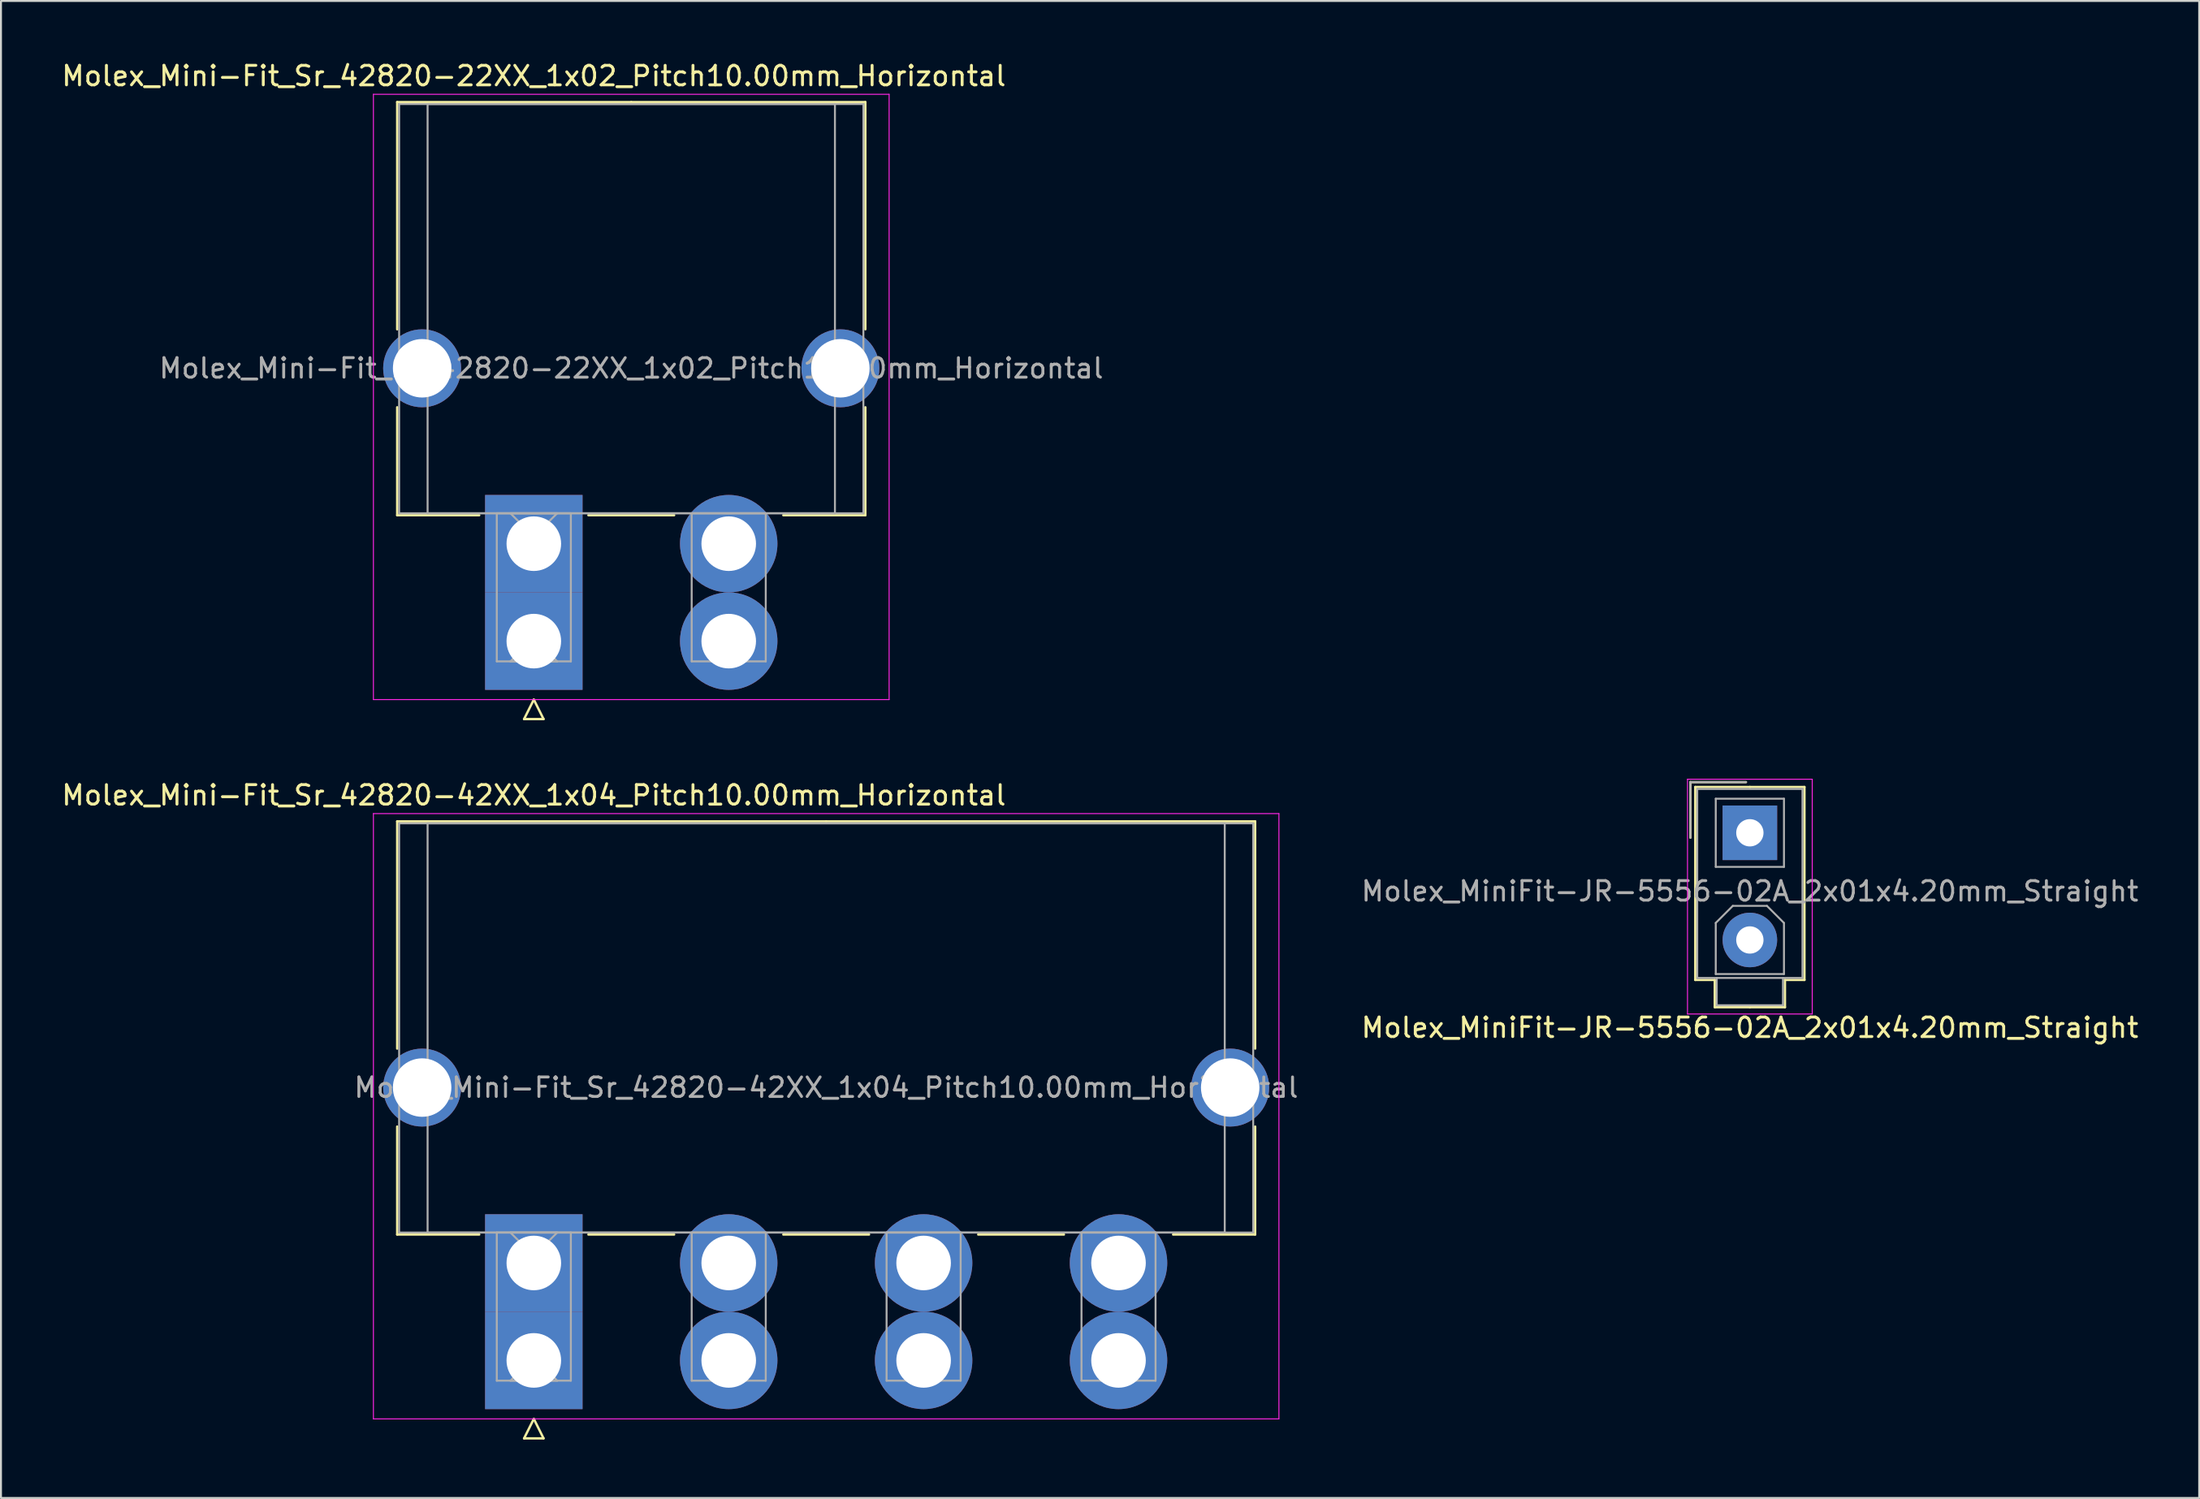
<source format=kicad_pcb>
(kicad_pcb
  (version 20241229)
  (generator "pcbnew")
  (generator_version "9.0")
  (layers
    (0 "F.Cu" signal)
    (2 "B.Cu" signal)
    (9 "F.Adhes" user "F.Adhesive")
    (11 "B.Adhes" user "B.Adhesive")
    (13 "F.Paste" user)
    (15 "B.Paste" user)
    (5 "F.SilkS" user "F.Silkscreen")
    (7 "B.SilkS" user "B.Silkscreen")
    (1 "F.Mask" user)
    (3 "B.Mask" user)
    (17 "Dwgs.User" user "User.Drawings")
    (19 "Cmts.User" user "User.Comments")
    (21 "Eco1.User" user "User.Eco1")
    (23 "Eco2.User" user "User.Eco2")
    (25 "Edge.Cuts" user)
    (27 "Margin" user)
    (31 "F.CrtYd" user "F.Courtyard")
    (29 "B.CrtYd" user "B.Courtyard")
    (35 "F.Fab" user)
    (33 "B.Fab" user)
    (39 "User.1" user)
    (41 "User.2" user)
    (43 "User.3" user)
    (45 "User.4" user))
  (footprint "Molex_MiniFit-JR-5556-02A_2x01x4.20mm_Straight"
    (layer "F.Cu")
    (at 86.732 39.683)
    (property "Reference" "Molex_MiniFit-JR-5556-02A_2x01x4.20mm_Straight" (at 0 10 0) (layer "F.SilkS") (effects (font (size 1 1) (thickness 0.15))))
    (attr through_hole)
    (fp_line (start -3.05 -2.6) (end -3.05 0.25) (stroke (width 0.12) (type solid)) (layer "F.SilkS"))
    (fp_line (start -2.8 -2.35) (end -2.8 7.55) (stroke (width 0.12) (type solid)) (layer "F.SilkS"))
    (fp_line (start -2.8 7.55) (end -1.8 7.55) (stroke (width 0.12) (type solid)) (layer "F.SilkS"))
    (fp_line (start -1.8 7.55) (end -1.8 8.95) (stroke (width 0.12) (type solid)) (layer "F.SilkS"))
    (fp_line (start -1.8 8.95) (end 0 8.95) (stroke (width 0.12) (type solid)) (layer "F.SilkS"))
    (fp_line (start -0.2 -2.6) (end -3.05 -2.6) (stroke (width 0.12) (type solid)) (layer "F.SilkS"))
    (fp_line (start 0 -2.35) (end -2.8 -2.35) (stroke (width 0.12) (type solid)) (layer "F.SilkS"))
    (fp_line (start 0 -2.35) (end 2.8 -2.35) (stroke (width 0.12) (type solid)) (layer "F.SilkS"))
    (fp_line (start 1.8 7.55) (end 1.8 8.95) (stroke (width 0.12) (type solid)) (layer "F.SilkS"))
    (fp_line (start 1.8 8.95) (end 0 8.95) (stroke (width 0.12) (type solid)) (layer "F.SilkS"))
    (fp_line (start 2.8 -2.35) (end 2.8 7.55) (stroke (width 0.12) (type solid)) (layer "F.SilkS"))
    (fp_line (start 2.8 7.55) (end 1.8 7.55) (stroke (width 0.12) (type solid)) (layer "F.SilkS"))
    (fp_line (start -3.2 -2.75) (end -3.2 9.3) (stroke (width 0.05) (type solid)) (layer "F.CrtYd"))
    (fp_line (start -3.2 9.3) (end 3.2 9.3) (stroke (width 0.05) (type solid)) (layer "F.CrtYd"))
    (fp_line (start 3.2 -2.75) (end -3.2 -2.75) (stroke (width 0.05) (type solid)) (layer "F.CrtYd"))
    (fp_line (start 3.2 9.3) (end 3.2 -2.75) (stroke (width 0.05) (type solid)) (layer "F.CrtYd"))
    (fp_line (start -3.05 -2.6) (end -3.05 0.25) (stroke (width 0.1) (type solid)) (layer "F.Fab"))
    (fp_line (start -2.7 -2.25) (end -2.7 7.45) (stroke (width 0.1) (type solid)) (layer "F.Fab"))
    (fp_line (start -2.7 7.45) (end 2.7 7.45) (stroke (width 0.1) (type solid)) (layer "F.Fab"))
    (fp_line (start -1.75 -1.75) (end -1.75 1.75) (stroke (width 0.1) (type solid)) (layer "F.Fab"))
    (fp_line (start -1.75 1.75) (end 1.75 1.75) (stroke (width 0.1) (type solid)) (layer "F.Fab"))
    (fp_line (start -1.75 4.625) (end -0.875 3.75) (stroke (width 0.1) (type solid)) (layer "F.Fab"))
    (fp_line (start -1.75 7.25) (end -1.75 4.625) (stroke (width 0.1) (type solid)) (layer "F.Fab"))
    (fp_line (start -1.7 7.45) (end -1.7 8.85) (stroke (width 0.1) (type solid)) (layer "F.Fab"))
    (fp_line (start -1.7 8.85) (end 1.7 8.85) (stroke (width 0.1) (type solid)) (layer "F.Fab"))
    (fp_line (start -0.875 3.75) (end 0.875 3.75) (stroke (width 0.1) (type solid)) (layer "F.Fab"))
    (fp_line (start -0.2 -2.6) (end -3.05 -2.6) (stroke (width 0.1) (type solid)) (layer "F.Fab"))
    (fp_line (start 0.875 3.75) (end 1.75 4.625) (stroke (width 0.1) (type solid)) (layer "F.Fab"))
    (fp_line (start 1.7 8.85) (end 1.7 7.45) (stroke (width 0.1) (type solid)) (layer "F.Fab"))
    (fp_line (start 1.75 -1.75) (end -1.75 -1.75) (stroke (width 0.1) (type solid)) (layer "F.Fab"))
    (fp_line (start 1.75 1.75) (end 1.75 -1.75) (stroke (width 0.1) (type solid)) (layer "F.Fab"))
    (fp_line (start 1.75 4.625) (end 1.75 7.25) (stroke (width 0.1) (type solid)) (layer "F.Fab"))
    (fp_line (start 1.75 7.25) (end -1.75 7.25) (stroke (width 0.1) (type solid)) (layer "F.Fab"))
    (fp_line (start 2.7 -2.25) (end -2.7 -2.25) (stroke (width 0.1) (type solid)) (layer "F.Fab"))
    (fp_line (start 2.7 7.45) (end 2.7 -2.25) (stroke (width 0.1) (type solid)) (layer "F.Fab"))
    (fp_text user "${REFERENCE}" (at 0 3 0) (layer "F.Fab") (effects (font (size 1 1) (thickness 0.15))))
    (pad "1" thru_hole rect (at 0 0) (size 2.8 2.8) (drill 1.4) (layers "*.Cu" "*.Mask"))
    (pad "2" thru_hole circle (at 0 5.5) (size 2.8 2.8) (drill 1.4) (layers "*.Cu" "*.Mask")))
  (footprint "Molex_Mini-Fit_Sr_42820-42XX_1x04_Pitch10.00mm_Horizontal"
    (layer "F.Cu")
    (at 24.339 61.757)
    (property "Reference" "Molex_Mini-Fit_Sr_42820-42XX_1x04_Pitch10.00mm_Horizontal" (at 0 -24 0) (layer "F.SilkS") (effects (font (size 1 1) (thickness 0.15))))
    (attr through_hole)
    (fp_line (start -7.01 -22.66) (end -7.01 -11) (stroke (width 0.12) (type solid)) (layer "F.SilkS"))
    (fp_line (start -7.01 -7) (end -7.01 -1.46) (stroke (width 0.12) (type solid)) (layer "F.SilkS"))
    (fp_line (start -7.01 -1.46) (end -2.8 -1.46) (stroke (width 0.12) (type solid)) (layer "F.SilkS"))
    (fp_line (start -0.5 9) (end 0 8) (stroke (width 0.12) (type solid)) (layer "F.SilkS"))
    (fp_line (start 0 8) (end 0.5 9) (stroke (width 0.12) (type solid)) (layer "F.SilkS"))
    (fp_line (start 0.5 9) (end -0.5 9) (stroke (width 0.12) (type solid)) (layer "F.SilkS"))
    (fp_line (start 2.8 -1.46) (end 7.2 -1.46) (stroke (width 0.12) (type solid)) (layer "F.SilkS"))
    (fp_line (start 12.8 -1.46) (end 17.2 -1.46) (stroke (width 0.12) (type solid)) (layer "F.SilkS"))
    (fp_line (start 15 -22.66) (end -7.01 -22.66) (stroke (width 0.12) (type solid)) (layer "F.SilkS"))
    (fp_line (start 15 -22.66) (end 37.01 -22.66) (stroke (width 0.12) (type solid)) (layer "F.SilkS"))
    (fp_line (start 22.8 -1.46) (end 27.2 -1.46) (stroke (width 0.12) (type solid)) (layer "F.SilkS"))
    (fp_line (start 37.01 -22.66) (end 37.01 -11) (stroke (width 0.12) (type solid)) (layer "F.SilkS"))
    (fp_line (start 37.01 -7) (end 37.01 -1.46) (stroke (width 0.12) (type solid)) (layer "F.SilkS"))
    (fp_line (start 37.01 -1.46) (end 32.8 -1.46) (stroke (width 0.12) (type solid)) (layer "F.SilkS"))
    (fp_line (start -8.23 -23.06) (end -8.23 8) (stroke (width 0.05) (type solid)) (layer "F.CrtYd"))
    (fp_line (start -8.23 8) (end 38.23 8) (stroke (width 0.05) (type solid)) (layer "F.CrtYd"))
    (fp_line (start 38.23 -23.06) (end -8.23 -23.06) (stroke (width 0.05) (type solid)) (layer "F.CrtYd"))
    (fp_line (start 38.23 8) (end 38.23 -23.06) (stroke (width 0.05) (type solid)) (layer "F.CrtYd"))
    (fp_line (start -6.91 -22.56) (end -6.91 -1.56) (stroke (width 0.1) (type solid)) (layer "F.Fab"))
    (fp_line (start -6.91 -1.56) (end 36.91 -1.56) (stroke (width 0.1) (type solid)) (layer "F.Fab"))
    (fp_line (start -5.45 -22.56) (end -5.45 -1.56) (stroke (width 0.1) (type solid)) (layer "F.Fab"))
    (fp_line (start -5.45 -1.56) (end 35.45 -1.56) (stroke (width 0.1) (type solid)) (layer "F.Fab"))
    (fp_line (start -1.9 -1.56) (end -1.9 6.04) (stroke (width 0.1) (type solid)) (layer "F.Fab"))
    (fp_line (start -1.9 6.04) (end 1.9 6.04) (stroke (width 0.1) (type solid)) (layer "F.Fab"))
    (fp_line (start -1.2 -1.56) (end 0 -0.36) (stroke (width 0.1) (type solid)) (layer "F.Fab"))
    (fp_line (start -1.2 6.04) (end 0 4.84) (stroke (width 0.1) (type solid)) (layer "F.Fab"))
    (fp_line (start 0 -0.36) (end 1.2 -1.56) (stroke (width 0.1) (type solid)) (layer "F.Fab"))
    (fp_line (start 0 4.84) (end 1.2 6.04) (stroke (width 0.1) (type solid)) (layer "F.Fab"))
    (fp_line (start 1.2 -1.56) (end -1.2 -1.56) (stroke (width 0.1) (type solid)) (layer "F.Fab"))
    (fp_line (start 1.2 6.04) (end -1.2 6.04) (stroke (width 0.1) (type solid)) (layer "F.Fab"))
    (fp_line (start 1.9 -1.56) (end -1.9 -1.56) (stroke (width 0.1) (type solid)) (layer "F.Fab"))
    (fp_line (start 1.9 6.04) (end 1.9 -1.56) (stroke (width 0.1) (type solid)) (layer "F.Fab"))
    (fp_line (start 8.1 -1.56) (end 8.1 6.04) (stroke (width 0.1) (type solid)) (layer "F.Fab"))
    (fp_line (start 8.1 6.04) (end 11.9 6.04) (stroke (width 0.1) (type solid)) (layer "F.Fab"))
    (fp_line (start 11.9 -1.56) (end 8.1 -1.56) (stroke (width 0.1) (type solid)) (layer "F.Fab"))
    (fp_line (start 11.9 6.04) (end 11.9 -1.56) (stroke (width 0.1) (type solid)) (layer "F.Fab"))
    (fp_line (start 18.1 -1.56) (end 18.1 6.04) (stroke (width 0.1) (type solid)) (layer "F.Fab"))
    (fp_line (start 18.1 6.04) (end 21.9 6.04) (stroke (width 0.1) (type solid)) (layer "F.Fab"))
    (fp_line (start 21.9 -1.56) (end 18.1 -1.56) (stroke (width 0.1) (type solid)) (layer "F.Fab"))
    (fp_line (start 21.9 6.04) (end 21.9 -1.56) (stroke (width 0.1) (type solid)) (layer "F.Fab"))
    (fp_line (start 28.1 -1.56) (end 28.1 6.04) (stroke (width 0.1) (type solid)) (layer "F.Fab"))
    (fp_line (start 28.1 6.04) (end 31.9 6.04) (stroke (width 0.1) (type solid)) (layer "F.Fab"))
    (fp_line (start 31.9 -1.56) (end 28.1 -1.56) (stroke (width 0.1) (type solid)) (layer "F.Fab"))
    (fp_line (start 31.9 6.04) (end 31.9 -1.56) (stroke (width 0.1) (type solid)) (layer "F.Fab"))
    (fp_line (start 35.45 -22.56) (end -5.45 -22.56) (stroke (width 0.1) (type solid)) (layer "F.Fab"))
    (fp_line (start 35.45 -1.56) (end 35.45 -22.56) (stroke (width 0.1) (type solid)) (layer "F.Fab"))
    (fp_line (start 36.91 -22.56) (end -6.91 -22.56) (stroke (width 0.1) (type solid)) (layer "F.Fab"))
    (fp_line (start 36.91 -1.56) (end 36.91 -22.56) (stroke (width 0.1) (type solid)) (layer "F.Fab"))
    (fp_text user "${REFERENCE}" (at 15 -9 0) (layer "F.Fab") (effects (font (size 1 1) (thickness 0.15))))
    (pad "" thru_hole circle (at -5.73 -9) (size 4 4) (drill 3) (layers "*.Cu" "*.Mask"))
    (pad "" thru_hole circle (at 35.73 -9) (size 4 4) (drill 3) (layers "*.Cu" "*.Mask"))
    (pad "1" thru_hole rect (at 0 0) (size 5 5) (drill 2.8) (layers "*.Cu" "*.Mask"))
    (pad "1" thru_hole rect (at 0 5) (size 5 5) (drill 2.8) (layers "*.Cu" "*.Mask"))
    (pad "2" thru_hole circle (at 10 0) (size 5 5) (drill 2.8) (layers "*.Cu" "*.Mask"))
    (pad "2" thru_hole circle (at 10 5) (size 5 5) (drill 2.8) (layers "*.Cu" "*.Mask"))
    (pad "3" thru_hole circle (at 20 0) (size 5 5) (drill 2.8) (layers "*.Cu" "*.Mask"))
    (pad "3" thru_hole circle (at 20 5) (size 5 5) (drill 2.8) (layers "*.Cu" "*.Mask"))
    (pad "4" thru_hole circle (at 30 0) (size 5 5) (drill 2.8) (layers "*.Cu" "*.Mask"))
    (pad "4" thru_hole circle (at 30 5) (size 5 5) (drill 2.8) (layers "*.Cu" "*.Mask")))
  (footprint "Molex_Mini-Fit_Sr_42820-22XX_1x02_Pitch10.00mm_Horizontal"
    (layer "F.Cu")
    (at 24.339 24.848)
    (property "Reference" "Molex_Mini-Fit_Sr_42820-22XX_1x02_Pitch10.00mm_Horizontal" (at 0 -24 0) (layer "F.SilkS") (effects (font (size 1 1) (thickness 0.15))))
    (attr through_hole)
    (fp_line (start -7.01 -22.66) (end -7.01 -11) (stroke (width 0.12) (type solid)) (layer "F.SilkS"))
    (fp_line (start -7.01 -7) (end -7.01 -1.46) (stroke (width 0.12) (type solid)) (layer "F.SilkS"))
    (fp_line (start -7.01 -1.46) (end -2.8 -1.46) (stroke (width 0.12) (type solid)) (layer "F.SilkS"))
    (fp_line (start -0.5 9) (end 0 8) (stroke (width 0.12) (type solid)) (layer "F.SilkS"))
    (fp_line (start 0 8) (end 0.5 9) (stroke (width 0.12) (type solid)) (layer "F.SilkS"))
    (fp_line (start 0.5 9) (end -0.5 9) (stroke (width 0.12) (type solid)) (layer "F.SilkS"))
    (fp_line (start 2.8 -1.46) (end 7.2 -1.46) (stroke (width 0.12) (type solid)) (layer "F.SilkS"))
    (fp_line (start 5 -22.66) (end -7.01 -22.66) (stroke (width 0.12) (type solid)) (layer "F.SilkS"))
    (fp_line (start 5 -22.66) (end 17.01 -22.66) (stroke (width 0.12) (type solid)) (layer "F.SilkS"))
    (fp_line (start 17.01 -22.66) (end 17.01 -11) (stroke (width 0.12) (type solid)) (layer "F.SilkS"))
    (fp_line (start 17.01 -7) (end 17.01 -1.46) (stroke (width 0.12) (type solid)) (layer "F.SilkS"))
    (fp_line (start 17.01 -1.46) (end 12.8 -1.46) (stroke (width 0.12) (type solid)) (layer "F.SilkS"))
    (fp_line (start -8.23 -23.06) (end -8.23 8) (stroke (width 0.05) (type solid)) (layer "F.CrtYd"))
    (fp_line (start -8.23 8) (end 18.23 8) (stroke (width 0.05) (type solid)) (layer "F.CrtYd"))
    (fp_line (start 18.23 -23.06) (end -8.23 -23.06) (stroke (width 0.05) (type solid)) (layer "F.CrtYd"))
    (fp_line (start 18.23 8) (end 18.23 -23.06) (stroke (width 0.05) (type solid)) (layer "F.CrtYd"))
    (fp_line (start -6.91 -22.56) (end -6.91 -1.56) (stroke (width 0.1) (type solid)) (layer "F.Fab"))
    (fp_line (start -6.91 -1.56) (end 16.91 -1.56) (stroke (width 0.1) (type solid)) (layer "F.Fab"))
    (fp_line (start -5.45 -22.56) (end -5.45 -1.56) (stroke (width 0.1) (type solid)) (layer "F.Fab"))
    (fp_line (start -5.45 -1.56) (end 15.45 -1.56) (stroke (width 0.1) (type solid)) (layer "F.Fab"))
    (fp_line (start -1.9 -1.56) (end -1.9 6.04) (stroke (width 0.1) (type solid)) (layer "F.Fab"))
    (fp_line (start -1.9 6.04) (end 1.9 6.04) (stroke (width 0.1) (type solid)) (layer "F.Fab"))
    (fp_line (start -1.2 -1.56) (end 0 -0.36) (stroke (width 0.1) (type solid)) (layer "F.Fab"))
    (fp_line (start -1.2 6.04) (end 0 4.84) (stroke (width 0.1) (type solid)) (layer "F.Fab"))
    (fp_line (start 0 -0.36) (end 1.2 -1.56) (stroke (width 0.1) (type solid)) (layer "F.Fab"))
    (fp_line (start 0 4.84) (end 1.2 6.04) (stroke (width 0.1) (type solid)) (layer "F.Fab"))
    (fp_line (start 1.2 -1.56) (end -1.2 -1.56) (stroke (width 0.1) (type solid)) (layer "F.Fab"))
    (fp_line (start 1.2 6.04) (end -1.2 6.04) (stroke (width 0.1) (type solid)) (layer "F.Fab"))
    (fp_line (start 1.9 -1.56) (end -1.9 -1.56) (stroke (width 0.1) (type solid)) (layer "F.Fab"))
    (fp_line (start 1.9 6.04) (end 1.9 -1.56) (stroke (width 0.1) (type solid)) (layer "F.Fab"))
    (fp_line (start 8.1 -1.56) (end 8.1 6.04) (stroke (width 0.1) (type solid)) (layer "F.Fab"))
    (fp_line (start 8.1 6.04) (end 11.9 6.04) (stroke (width 0.1) (type solid)) (layer "F.Fab"))
    (fp_line (start 11.9 -1.56) (end 8.1 -1.56) (stroke (width 0.1) (type solid)) (layer "F.Fab"))
    (fp_line (start 11.9 6.04) (end 11.9 -1.56) (stroke (width 0.1) (type solid)) (layer "F.Fab"))
    (fp_line (start 15.45 -22.56) (end -5.45 -22.56) (stroke (width 0.1) (type solid)) (layer "F.Fab"))
    (fp_line (start 15.45 -1.56) (end 15.45 -22.56) (stroke (width 0.1) (type solid)) (layer "F.Fab"))
    (fp_line (start 16.91 -22.56) (end -6.91 -22.56) (stroke (width 0.1) (type solid)) (layer "F.Fab"))
    (fp_line (start 16.91 -1.56) (end 16.91 -22.56) (stroke (width 0.1) (type solid)) (layer "F.Fab"))
    (fp_text user "${REFERENCE}" (at 5 -9 0) (layer "F.Fab") (effects (font (size 1 1) (thickness 0.15))))
    (pad "" thru_hole circle (at -5.73 -9) (size 4 4) (drill 3) (layers "*.Cu" "*.Mask"))
    (pad "" thru_hole circle (at 15.73 -9) (size 4 4) (drill 3) (layers "*.Cu" "*.Mask"))
    (pad "1" thru_hole rect (at 0 0) (size 5 5) (drill 2.8) (layers "*.Cu" "*.Mask"))
    (pad "1" thru_hole rect (at 0 5) (size 5 5) (drill 2.8) (layers "*.Cu" "*.Mask"))
    (pad "2" thru_hole circle (at 10 0) (size 5 5) (drill 2.8) (layers "*.Cu" "*.Mask"))
    (pad "2" thru_hole circle (at 10 5) (size 5 5) (drill 2.8) (layers "*.Cu" "*.Mask")))
  (gr_rect
    (start -3 -3)
    (end 109.786 73.817)
    (stroke (width 0.1) (type default))
    (fill no)
    (layer "Edge.Cuts")))
</source>
